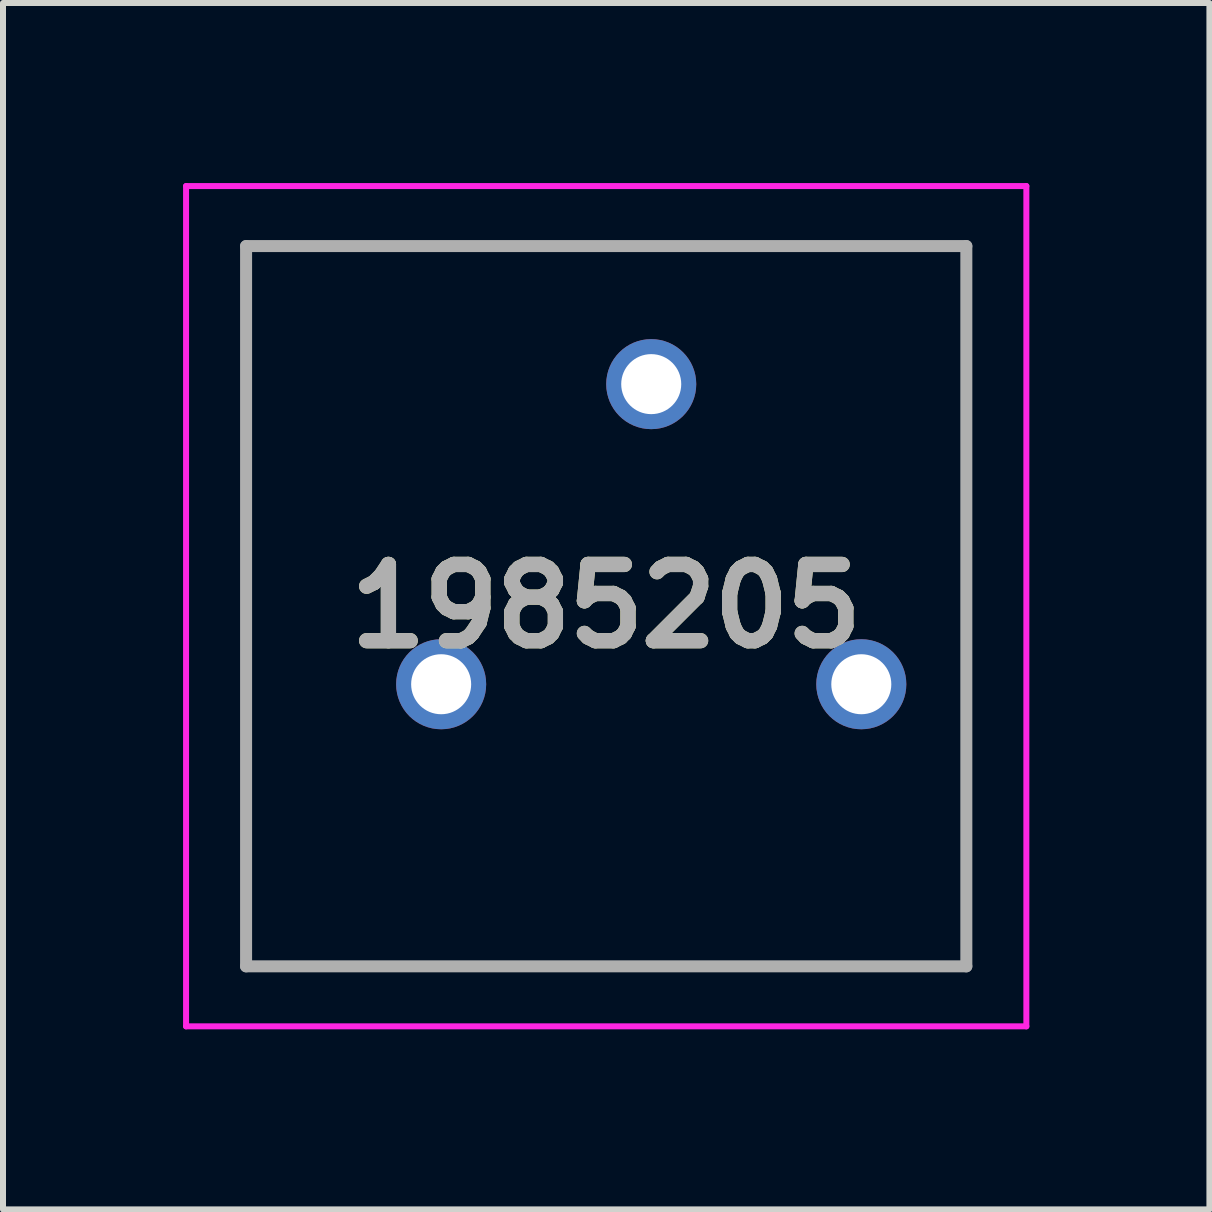
<source format=kicad_pcb>
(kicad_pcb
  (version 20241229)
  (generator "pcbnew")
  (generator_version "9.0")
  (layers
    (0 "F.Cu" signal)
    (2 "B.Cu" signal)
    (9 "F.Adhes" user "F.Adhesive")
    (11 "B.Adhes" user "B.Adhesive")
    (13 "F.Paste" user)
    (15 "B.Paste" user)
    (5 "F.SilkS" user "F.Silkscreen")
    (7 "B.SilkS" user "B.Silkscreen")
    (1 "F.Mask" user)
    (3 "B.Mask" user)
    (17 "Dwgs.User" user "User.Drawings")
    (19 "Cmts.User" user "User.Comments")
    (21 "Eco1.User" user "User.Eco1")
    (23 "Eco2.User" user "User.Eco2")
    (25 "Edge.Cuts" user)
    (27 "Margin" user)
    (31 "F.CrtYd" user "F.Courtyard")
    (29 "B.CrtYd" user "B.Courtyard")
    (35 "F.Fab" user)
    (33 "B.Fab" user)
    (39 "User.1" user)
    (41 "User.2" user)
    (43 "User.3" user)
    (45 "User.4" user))
  (footprint "1985205"
    (layer "F.Cu")
    (at 7.05 7.05)
    (property "Reference" "1985205" (at 0 0 0) (layer "F.SilkS") (effects (font (size 1.27 1.27) (thickness 0.254))))
    (attr through_hole)
    (fp_line (start -6 -6) (end 6 -6) (stroke (width 0.1) (type solid)) (layer "F.SilkS"))
    (fp_line (start -6 6) (end -6 -6) (stroke (width 0.1) (type solid)) (layer "F.SilkS"))
    (fp_line (start 6 -6) (end 6 6) (stroke (width 0.1) (type solid)) (layer "F.SilkS"))
    (fp_line (start 6 6) (end -6 6) (stroke (width 0.1) (type solid)) (layer "F.SilkS"))
    (fp_line (start -7 -7) (end 7 -7) (stroke (width 0.1) (type solid)) (layer "F.CrtYd"))
    (fp_line (start -7 7) (end -7 -7) (stroke (width 0.1) (type solid)) (layer "F.CrtYd"))
    (fp_line (start 7 -7) (end 7 7) (stroke (width 0.1) (type solid)) (layer "F.CrtYd"))
    (fp_line (start 7 7) (end -7 7) (stroke (width 0.1) (type solid)) (layer "F.CrtYd"))
    (fp_line (start -6 -6) (end 6 -6) (stroke (width 0.2) (type solid)) (layer "F.Fab"))
    (fp_line (start -6 6) (end -6 -6) (stroke (width 0.2) (type solid)) (layer "F.Fab"))
    (fp_line (start 6 -6) (end 6 6) (stroke (width 0.2) (type solid)) (layer "F.Fab"))
    (fp_line (start 6 6) (end -6 6) (stroke (width 0.2) (type solid)) (layer "F.Fab"))
    (fp_text user "${REFERENCE}" (at 0 0 0) (layer "F.Fab") (effects (font (size 1.27 1.27) (thickness 0.254))))
    (pad "1" thru_hole circle (at -2.75 1.3) (size 1.5 1.5) (drill 1) (layers "*.Cu" "*.Mask"))
    (pad "2" thru_hole circle (at 0.75 -3.7) (size 1.5 1.5) (drill 1) (layers "*.Cu" "*.Mask"))
    (pad "3" thru_hole circle (at 4.25 1.3) (size 1.5 1.5) (drill 1) (layers "*.Cu" "*.Mask")))
  (gr_rect
    (start -3 -3)
    (end 17.1 17.1)
    (stroke (width 0.1) (type default))
    (fill no)
    (layer "Edge.Cuts")))
</source>
